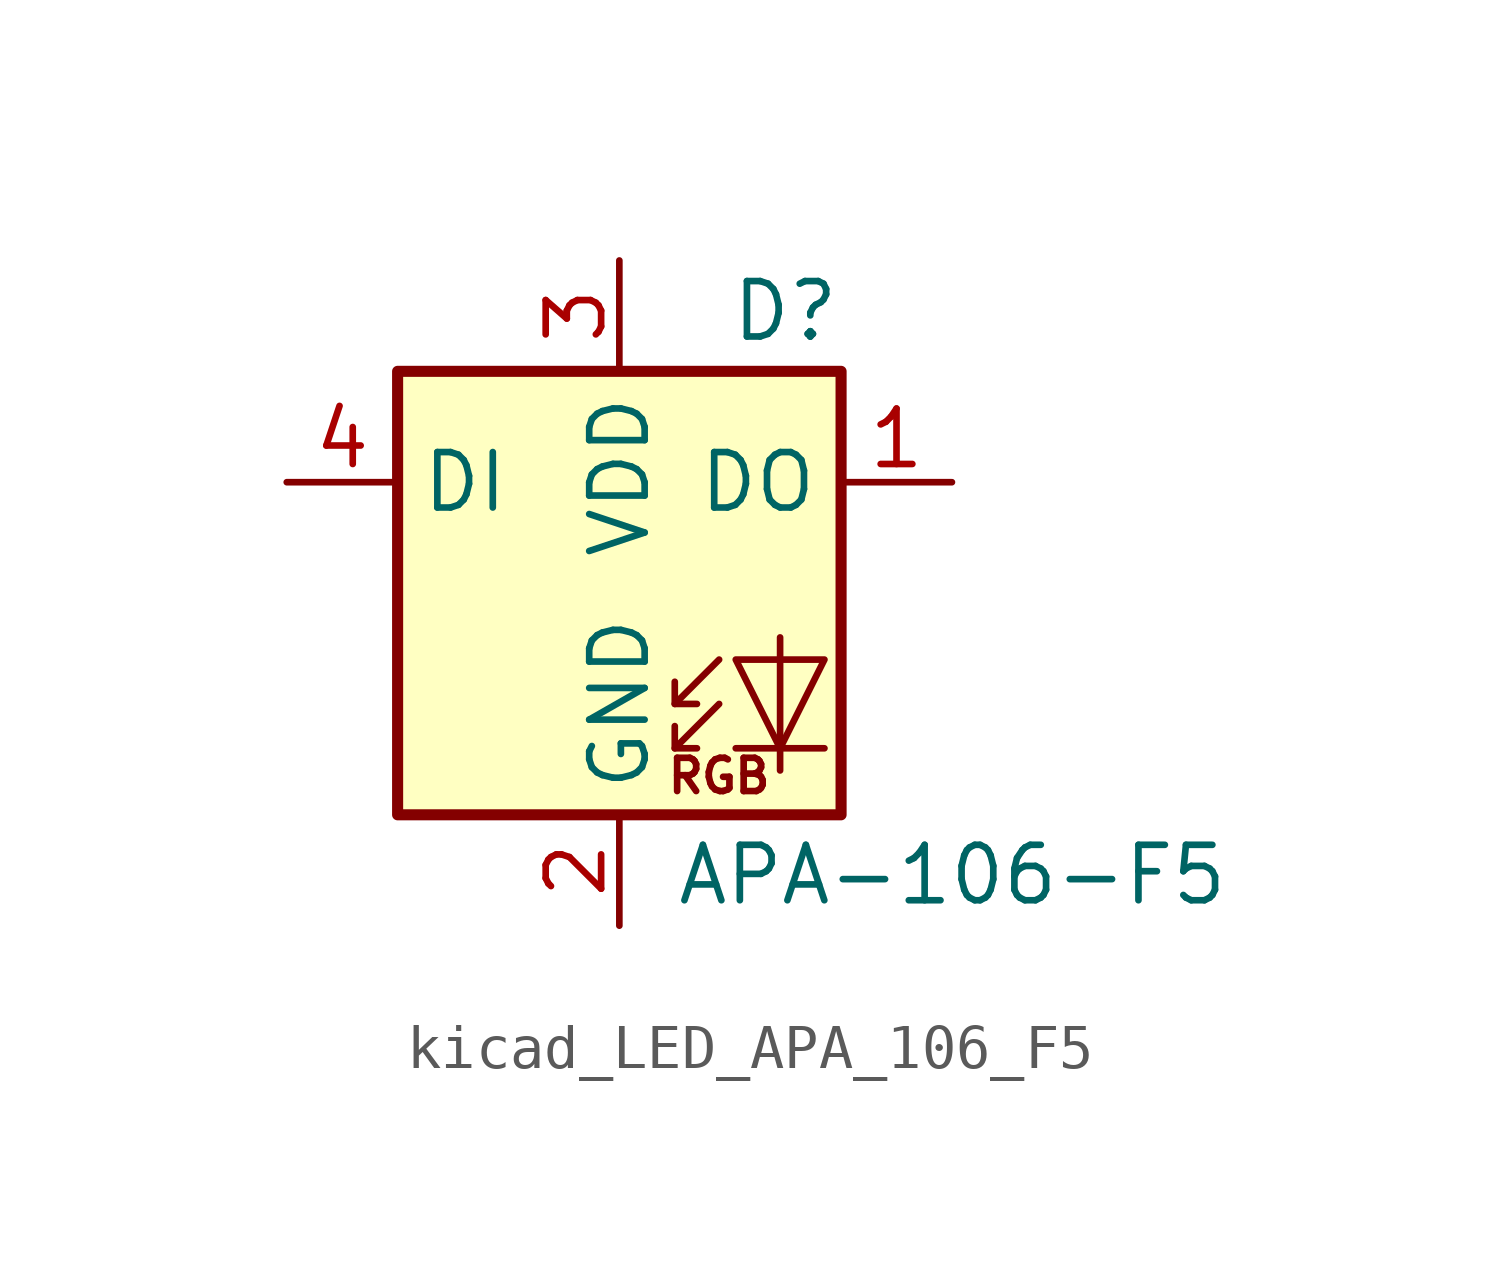
<source format=kicad_sym>
(kicad_symbol_lib
  (version 20220914)
  (generator kicad_symbol_editor)
  (symbol "kicad_LED_APA_106_F5"
    (property "Reference" "D"
      (at 5.08 5.715 0)
      (effects (font (size 1.27 1.27)) (justify right bottom)))
    (property "Value" "APA-106-F5"
      (at 1.27 -5.715 0)
      (effects (font (size 1.27 1.27)) (justify left top)))
    (symbol "kicad_LED_APA_106_F5_0_0"
      (text "RGB" (at 2.286 -4.191 0) (effects (font (size 0.762 0.762)))))
    (symbol "kicad_LED_APA_106_F5_0_1"
      (polyline (pts (xy 1.27 -3.556) (xy 1.778 -3.556)) (stroke (width 0) (type default)) (fill (type none)))
      (polyline (pts (xy 1.27 -2.54) (xy 1.778 -2.54)) (stroke (width 0) (type default)) (fill (type none)))
      (polyline (pts (xy 4.699 -3.556) (xy 2.667 -3.556)) (stroke (width 0) (type default)) (fill (type none)))
      (polyline (pts (xy 2.286 -2.54) (xy 1.27 -3.556) (xy 1.27 -3.048)) (stroke (width 0) (type default)) (fill (type none)))
      (polyline (pts (xy 2.286 -1.524) (xy 1.27 -2.54) (xy 1.27 -2.032)) (stroke (width 0) (type default)) (fill (type none)))
      (polyline (pts (xy 3.683 -1.016) (xy 3.683 -3.556) (xy 3.683 -4.064)) (stroke (width 0) (type default)) (fill (type none)))
      (polyline (pts (xy 4.699 -1.524) (xy 2.667 -1.524) (xy 3.683 -3.556) (xy 4.699 -1.524)) (stroke (width 0) (type default)) (fill (type none)))
      (rectangle (start 5.08 5.08) (end -5.08 -5.08) (stroke (width 0.254) (type default)) (fill (type background))))
    (symbol "kicad_LED_APA_106_F5_1_1"
      (pin output line (at 7.62 2.54 180) (length 2.54) (name "DO" (effects (font (size 1.27 1.27)))) (number "1" (effects (font (size 1.27 1.27)))))
      (pin power_in line (at 0 -7.62 90) (length 2.54) (name "GND" (effects (font (size 1.27 1.27)))) (number "2" (effects (font (size 1.27 1.27)))))
      (pin power_in line (at 0 7.62 270) (length 2.54) (name "VDD" (effects (font (size 1.27 1.27)))) (number "3" (effects (font (size 1.27 1.27)))))
      (pin input line (at -7.62 2.54 0) (length 2.54) (name "DI" (effects (font (size 1.27 1.27)))) (number "4" (effects (font (size 1.27 1.27))))))))
</source>
